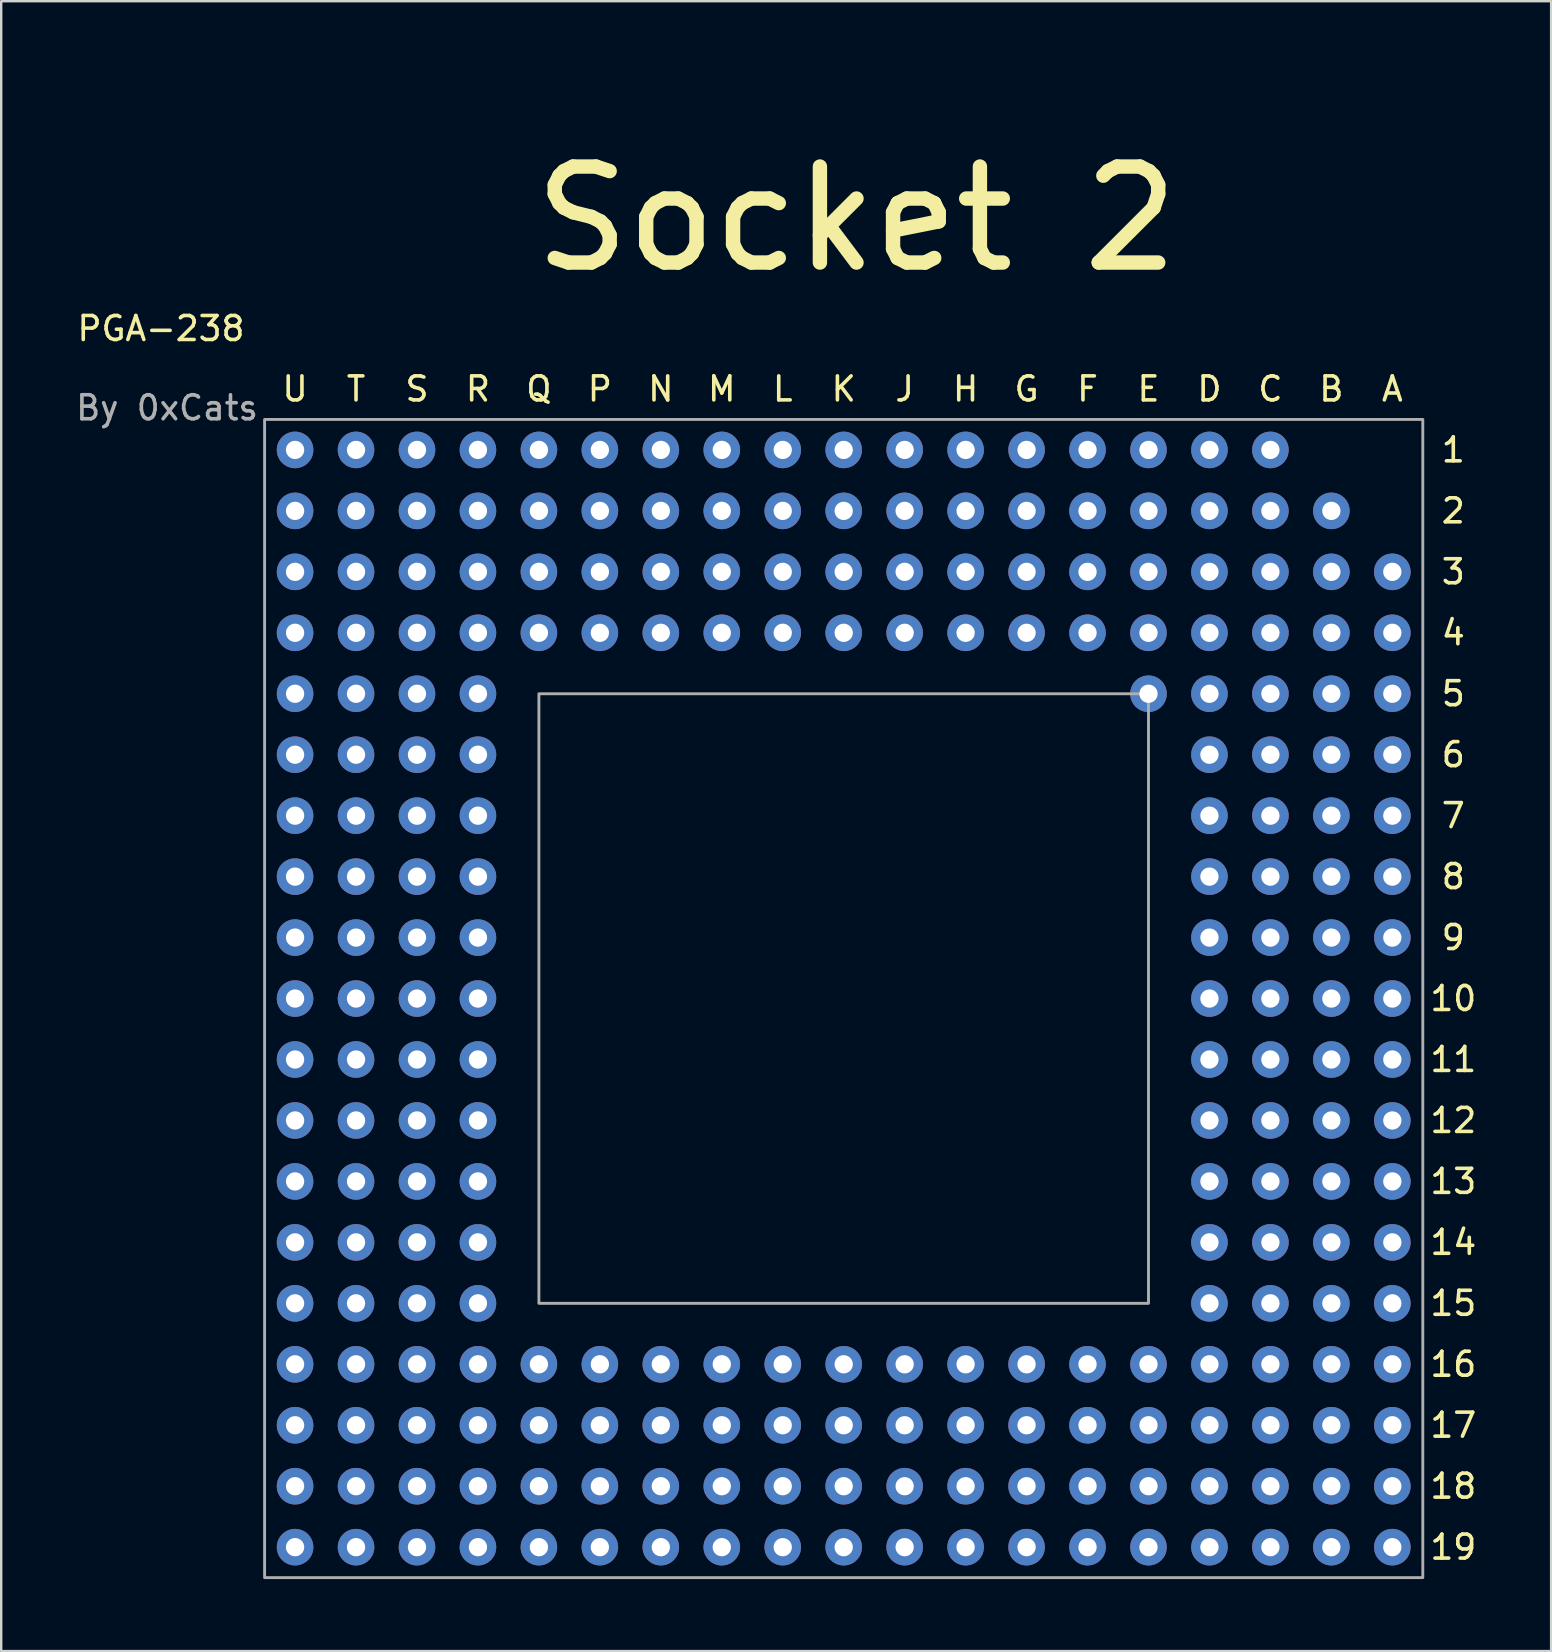
<source format=kicad_pcb>
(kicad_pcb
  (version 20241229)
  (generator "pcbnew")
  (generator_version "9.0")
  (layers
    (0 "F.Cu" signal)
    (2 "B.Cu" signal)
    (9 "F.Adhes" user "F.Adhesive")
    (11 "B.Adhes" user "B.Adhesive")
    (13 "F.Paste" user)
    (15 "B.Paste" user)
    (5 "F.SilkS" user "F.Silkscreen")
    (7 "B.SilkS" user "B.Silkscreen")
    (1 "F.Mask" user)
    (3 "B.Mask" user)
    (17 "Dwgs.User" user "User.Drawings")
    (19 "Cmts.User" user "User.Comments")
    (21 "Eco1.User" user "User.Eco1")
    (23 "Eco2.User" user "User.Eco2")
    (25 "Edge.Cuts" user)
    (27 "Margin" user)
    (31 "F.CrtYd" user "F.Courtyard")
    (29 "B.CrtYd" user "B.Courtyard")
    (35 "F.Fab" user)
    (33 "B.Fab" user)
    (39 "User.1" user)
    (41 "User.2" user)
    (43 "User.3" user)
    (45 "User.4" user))
  (footprint "PGA-238"
    (layer "F.Cu")
    (at 9.245 15.697)
    (property "Reference" "PGA-238" (at -5.588 -5.056 0) (unlocked yes) (layer "F.SilkS") (effects (font (size 1 1) (thickness 0.15))))
    (attr through_hole)
    (fp_rect (start -1.27 -1.27) (end 46.99 46.99) (stroke (width 0.12) (type solid)) (fill no) (layer "F.Fab"))
    (fp_rect (start 10.16 10.16) (end 35.56 35.56) (stroke (width 0.12) (type solid)) (fill no) (layer "F.Fab"))
    (fp_text user "18" (at 48.26 43.18 0) (unlocked yes) (layer "F.SilkS") (effects (font (size 1 1) (thickness 0.15))))
    (fp_text user "E" (at 35.56 -2.54 0) (unlocked yes) (layer "F.SilkS") (effects (font (size 1 1) (thickness 0.15))))
    (fp_text user "R" (at 7.62 -2.54 0) (unlocked yes) (layer "F.SilkS") (effects (font (size 1 1) (thickness 0.15))))
    (fp_text user "S" (at 5.08 -2.54 0) (unlocked yes) (layer "F.SilkS") (effects (font (size 1 1) (thickness 0.15))))
    (fp_text user "D" (at 38.1 -2.54 0) (unlocked yes) (layer "F.SilkS") (effects (font (size 1 1) (thickness 0.15))))
    (fp_text user "16" (at 48.26 38.1 0) (unlocked yes) (layer "F.SilkS") (effects (font (size 1 1) (thickness 0.15))))
    (fp_text user "11" (at 48.26 25.4 0) (unlocked yes) (layer "F.SilkS") (effects (font (size 1 1) (thickness 0.15))))
    (fp_text user "5" (at 48.26 10.16 0) (unlocked yes) (layer "F.SilkS") (effects (font (size 1 1) (thickness 0.15))))
    (fp_text user "2" (at 48.26 2.54 0) (unlocked yes) (layer "F.SilkS") (effects (font (size 1 1) (thickness 0.15))))
    (fp_text user "K" (at 22.86 -2.54 0) (unlocked yes) (layer "F.SilkS") (effects (font (size 1 1) (thickness 0.15))))
    (fp_text user "G" (at 30.48 -2.54 0) (unlocked yes) (layer "F.SilkS") (effects (font (size 1 1) (thickness 0.15))))
    (fp_text user "6" (at 48.26 12.7 0) (unlocked yes) (layer "F.SilkS") (effects (font (size 1 1) (thickness 0.15))))
    (fp_text user "13" (at 48.26 30.48 0) (unlocked yes) (layer "F.SilkS") (effects (font (size 1 1) (thickness 0.15))))
    (fp_text user "19" (at 48.26 45.72 0) (unlocked yes) (layer "F.SilkS") (effects (font (size 1 1) (thickness 0.15))))
    (fp_text user "A" (at 45.72 -2.54 0) (unlocked yes) (layer "F.SilkS") (effects (font (size 1 1) (thickness 0.15))))
    (fp_text user "7" (at 48.26 15.24 0) (unlocked yes) (layer "F.SilkS") (effects (font (size 1 1) (thickness 0.15))))
    (fp_text user "F" (at 33.02 -2.54 0) (unlocked yes) (layer "F.SilkS") (effects (font (size 1 1) (thickness 0.15))))
    (fp_text user "N" (at 15.24 -2.54 0) (unlocked yes) (layer "F.SilkS") (effects (font (size 1 1) (thickness 0.15))))
    (fp_text user "U" (at 0 -2.54 0) (unlocked yes) (layer "F.SilkS") (effects (font (size 1 1) (thickness 0.15))))
    (fp_text user "10" (at 48.26 22.86 0) (unlocked yes) (layer "F.SilkS") (effects (font (size 1 1) (thickness 0.15))))
    (fp_text user "C" (at 40.64 -2.54 0) (unlocked yes) (layer "F.SilkS") (effects (font (size 1 1) (thickness 0.15))))
    (fp_text user "9" (at 48.26 20.32 0) (unlocked yes) (layer "F.SilkS") (effects (font (size 1 1) (thickness 0.15))))
    (fp_text user "H" (at 27.94 -2.54 0) (unlocked yes) (layer "F.SilkS") (effects (font (size 1 1) (thickness 0.15))))
    (fp_text user "Q" (at 10.16 -2.54 0) (unlocked yes) (layer "F.SilkS") (effects (font (size 1 1) (thickness 0.15))))
    (fp_text user "4" (at 48.26 7.62 0) (unlocked yes) (layer "F.SilkS") (effects (font (size 1 1) (thickness 0.15))))
    (fp_text user "17" (at 48.26 40.64 0) (unlocked yes) (layer "F.SilkS") (effects (font (size 1 1) (thickness 0.15))))
    (fp_text user "J" (at 25.4 -2.54 0) (unlocked yes) (layer "F.SilkS") (effects (font (size 1 1) (thickness 0.15))))
    (fp_text user "P" (at 12.7 -2.54 0) (unlocked yes) (layer "F.SilkS") (effects (font (size 1 1) (thickness 0.15))))
    (fp_text user "T" (at 2.54 -2.54 0) (unlocked yes) (layer "F.SilkS") (effects (font (size 1 1) (thickness 0.15))))
    (fp_text user "B" (at 43.18 -2.54 0) (unlocked yes) (layer "F.SilkS") (effects (font (size 1 1) (thickness 0.15))))
    (fp_text user "8" (at 48.26 17.78 0) (unlocked yes) (layer "F.SilkS") (effects (font (size 1 1) (thickness 0.15))))
    (fp_text user "1" (at 48.26 0 0) (unlocked yes) (layer "F.SilkS") (effects (font (size 1 1) (thickness 0.15))))
    (fp_text user "14" (at 48.26 33.02 0) (unlocked yes) (layer "F.SilkS") (effects (font (size 1 1) (thickness 0.15))))
    (fp_text user "L" (at 20.32 -2.54 0) (unlocked yes) (layer "F.SilkS") (effects (font (size 1 1) (thickness 0.15))))
    (fp_text user "15" (at 48.26 35.56 0) (unlocked yes) (layer "F.SilkS") (effects (font (size 1 1) (thickness 0.15))))
    (fp_text user "3" (at 48.26 5.08 0) (unlocked yes) (layer "F.SilkS") (effects (font (size 1 1) (thickness 0.15))))
    (fp_text user "M" (at 17.78 -2.54 0) (unlocked yes) (layer "F.SilkS") (effects (font (size 1 1) (thickness 0.15))))
    (fp_text user "12" (at 48.26 27.94 0) (unlocked yes) (layer "F.SilkS") (effects (font (size 1 1) (thickness 0.15))))
    (fp_text user "Socket 2" (at 23.393 -9.627 180) (layer "F.SilkS") (effects (font (size 4 4) (thickness 0.6))))
    (fp_text user "By 0xCats" (at -5.334 -1.754 0) (unlocked yes) (layer "F.Fab") (effects (font (size 1 1) (thickness 0.15))))
    (pad "A3" thru_hole circle (at 45.72 5.08) (size 1.524 1.524) (drill 0.762) (layers "*.Cu" "*.Mask"))
    (pad "A4" thru_hole circle (at 45.72 7.62) (size 1.524 1.524) (drill 0.762) (layers "*.Cu" "*.Mask"))
    (pad "A5" thru_hole circle (at 45.72 10.16) (size 1.524 1.524) (drill 0.762) (layers "*.Cu" "*.Mask"))
    (pad "A6" thru_hole circle (at 45.72 12.7) (size 1.524 1.524) (drill 0.762) (layers "*.Cu" "*.Mask"))
    (pad "A7" thru_hole circle (at 45.72 15.24) (size 1.524 1.524) (drill 0.762) (layers "*.Cu" "*.Mask"))
    (pad "A8" thru_hole circle (at 45.72 17.78) (size 1.524 1.524) (drill 0.762) (layers "*.Cu" "*.Mask"))
    (pad "A9" thru_hole circle (at 45.72 20.32) (size 1.524 1.524) (drill 0.762) (layers "*.Cu" "*.Mask"))
    (pad "A10" thru_hole circle (at 45.72 22.86) (size 1.524 1.524) (drill 0.762) (layers "*.Cu" "*.Mask"))
    (pad "A11" thru_hole circle (at 45.72 25.4) (size 1.524 1.524) (drill 0.762) (layers "*.Cu" "*.Mask"))
    (pad "A12" thru_hole circle (at 45.72 27.94) (size 1.524 1.524) (drill 0.762) (layers "*.Cu" "*.Mask"))
    (pad "A13" thru_hole circle (at 45.72 30.48) (size 1.524 1.524) (drill 0.762) (layers "*.Cu" "*.Mask"))
    (pad "A14" thru_hole circle (at 45.72 33.02) (size 1.524 1.524) (drill 0.762) (layers "*.Cu" "*.Mask"))
    (pad "A15" thru_hole circle (at 45.72 35.56) (size 1.524 1.524) (drill 0.762) (layers "*.Cu" "*.Mask"))
    (pad "A16" thru_hole circle (at 45.72 38.1) (size 1.524 1.524) (drill 0.762) (layers "*.Cu" "*.Mask"))
    (pad "A17" thru_hole circle (at 45.72 40.64) (size 1.524 1.524) (drill 0.762) (layers "*.Cu" "*.Mask"))
    (pad "A18" thru_hole circle (at 45.72 43.18) (size 1.524 1.524) (drill 0.762) (layers "*.Cu" "*.Mask"))
    (pad "A19" thru_hole circle (at 45.72 45.72) (size 1.524 1.524) (drill 0.762) (layers "*.Cu" "*.Mask"))
    (pad "B2" thru_hole circle (at 43.18 2.54) (size 1.524 1.524) (drill 0.762) (layers "*.Cu" "*.Mask"))
    (pad "B3" thru_hole circle (at 43.18 5.08) (size 1.524 1.524) (drill 0.762) (layers "*.Cu" "*.Mask"))
    (pad "B4" thru_hole circle (at 43.18 7.62) (size 1.524 1.524) (drill 0.762) (layers "*.Cu" "*.Mask"))
    (pad "B5" thru_hole circle (at 43.18 10.16) (size 1.524 1.524) (drill 0.762) (layers "*.Cu" "*.Mask"))
    (pad "B6" thru_hole circle (at 43.18 12.7) (size 1.524 1.524) (drill 0.762) (layers "*.Cu" "*.Mask"))
    (pad "B7" thru_hole circle (at 43.18 15.24) (size 1.524 1.524) (drill 0.762) (layers "*.Cu" "*.Mask"))
    (pad "B8" thru_hole circle (at 43.18 17.78) (size 1.524 1.524) (drill 0.762) (layers "*.Cu" "*.Mask"))
    (pad "B9" thru_hole circle (at 43.18 20.32) (size 1.524 1.524) (drill 0.762) (layers "*.Cu" "*.Mask"))
    (pad "B10" thru_hole circle (at 43.18 22.86) (size 1.524 1.524) (drill 0.762) (layers "*.Cu" "*.Mask"))
    (pad "B11" thru_hole circle (at 43.18 25.4) (size 1.524 1.524) (drill 0.762) (layers "*.Cu" "*.Mask"))
    (pad "B12" thru_hole circle (at 43.18 27.94) (size 1.524 1.524) (drill 0.762) (layers "*.Cu" "*.Mask"))
    (pad "B13" thru_hole circle (at 43.18 30.48) (size 1.524 1.524) (drill 0.762) (layers "*.Cu" "*.Mask"))
    (pad "B14" thru_hole circle (at 43.18 33.02) (size 1.524 1.524) (drill 0.762) (layers "*.Cu" "*.Mask"))
    (pad "B15" thru_hole circle (at 43.18 35.56) (size 1.524 1.524) (drill 0.762) (layers "*.Cu" "*.Mask"))
    (pad "B16" thru_hole circle (at 43.18 38.1) (size 1.524 1.524) (drill 0.762) (layers "*.Cu" "*.Mask"))
    (pad "B17" thru_hole circle (at 43.18 40.64) (size 1.524 1.524) (drill 0.762) (layers "*.Cu" "*.Mask"))
    (pad "B18" thru_hole circle (at 43.18 43.18) (size 1.524 1.524) (drill 0.762) (layers "*.Cu" "*.Mask"))
    (pad "B19" thru_hole circle (at 43.18 45.72) (size 1.524 1.524) (drill 0.762) (layers "*.Cu" "*.Mask"))
    (pad "C1" thru_hole circle (at 40.64 0) (size 1.524 1.524) (drill 0.762) (layers "*.Cu" "*.Mask"))
    (pad "C2" thru_hole circle (at 40.64 2.54) (size 1.524 1.524) (drill 0.762) (layers "*.Cu" "*.Mask"))
    (pad "C3" thru_hole circle (at 40.64 5.08) (size 1.524 1.524) (drill 0.762) (layers "*.Cu" "*.Mask"))
    (pad "C4" thru_hole circle (at 40.64 7.62) (size 1.524 1.524) (drill 0.762) (layers "*.Cu" "*.Mask"))
    (pad "C5" thru_hole circle (at 40.64 10.16) (size 1.524 1.524) (drill 0.762) (layers "*.Cu" "*.Mask"))
    (pad "C6" thru_hole circle (at 40.64 12.7) (size 1.524 1.524) (drill 0.762) (layers "*.Cu" "*.Mask"))
    (pad "C7" thru_hole circle (at 40.64 15.24) (size 1.524 1.524) (drill 0.762) (layers "*.Cu" "*.Mask"))
    (pad "C8" thru_hole circle (at 40.64 17.78) (size 1.524 1.524) (drill 0.762) (layers "*.Cu" "*.Mask"))
    (pad "C9" thru_hole circle (at 40.64 20.32) (size 1.524 1.524) (drill 0.762) (layers "*.Cu" "*.Mask"))
    (pad "C10" thru_hole circle (at 40.64 22.86) (size 1.524 1.524) (drill 0.762) (layers "*.Cu" "*.Mask"))
    (pad "C11" thru_hole circle (at 40.64 25.4) (size 1.524 1.524) (drill 0.762) (layers "*.Cu" "*.Mask"))
    (pad "C12" thru_hole circle (at 40.64 27.94) (size 1.524 1.524) (drill 0.762) (layers "*.Cu" "*.Mask"))
    (pad "C13" thru_hole circle (at 40.64 30.48) (size 1.524 1.524) (drill 0.762) (layers "*.Cu" "*.Mask"))
    (pad "C14" thru_hole circle (at 40.64 33.02) (size 1.524 1.524) (drill 0.762) (layers "*.Cu" "*.Mask"))
    (pad "C15" thru_hole circle (at 40.64 35.56) (size 1.524 1.524) (drill 0.762) (layers "*.Cu" "*.Mask"))
    (pad "C16" thru_hole circle (at 40.64 38.1) (size 1.524 1.524) (drill 0.762) (layers "*.Cu" "*.Mask"))
    (pad "C17" thru_hole circle (at 40.64 40.64) (size 1.524 1.524) (drill 0.762) (layers "*.Cu" "*.Mask"))
    (pad "C18" thru_hole circle (at 40.64 43.18) (size 1.524 1.524) (drill 0.762) (layers "*.Cu" "*.Mask"))
    (pad "C19" thru_hole circle (at 40.64 45.72) (size 1.524 1.524) (drill 0.762) (layers "*.Cu" "*.Mask"))
    (pad "D1" thru_hole circle (at 38.1 0) (size 1.524 1.524) (drill 0.762) (layers "*.Cu" "*.Mask"))
    (pad "D2" thru_hole circle (at 38.1 2.54) (size 1.524 1.524) (drill 0.762) (layers "*.Cu" "*.Mask"))
    (pad "D3" thru_hole circle (at 38.1 5.08) (size 1.524 1.524) (drill 0.762) (layers "*.Cu" "*.Mask"))
    (pad "D4" thru_hole circle (at 38.1 7.62) (size 1.524 1.524) (drill 0.762) (layers "*.Cu" "*.Mask"))
    (pad "D5" thru_hole circle (at 38.1 10.16) (size 1.524 1.524) (drill 0.762) (layers "*.Cu" "*.Mask"))
    (pad "D6" thru_hole circle (at 38.1 12.7) (size 1.524 1.524) (drill 0.762) (layers "*.Cu" "*.Mask"))
    (pad "D7" thru_hole circle (at 38.1 15.24) (size 1.524 1.524) (drill 0.762) (layers "*.Cu" "*.Mask"))
    (pad "D8" thru_hole circle (at 38.1 17.78) (size 1.524 1.524) (drill 0.762) (layers "*.Cu" "*.Mask"))
    (pad "D9" thru_hole circle (at 38.1 20.32) (size 1.524 1.524) (drill 0.762) (layers "*.Cu" "*.Mask"))
    (pad "D10" thru_hole circle (at 38.1 22.86) (size 1.524 1.524) (drill 0.762) (layers "*.Cu" "*.Mask"))
    (pad "D11" thru_hole circle (at 38.1 25.4) (size 1.524 1.524) (drill 0.762) (layers "*.Cu" "*.Mask"))
    (pad "D12" thru_hole circle (at 38.1 27.94) (size 1.524 1.524) (drill 0.762) (layers "*.Cu" "*.Mask"))
    (pad "D13" thru_hole circle (at 38.1 30.48) (size 1.524 1.524) (drill 0.762) (layers "*.Cu" "*.Mask"))
    (pad "D14" thru_hole circle (at 38.1 33.02) (size 1.524 1.524) (drill 0.762) (layers "*.Cu" "*.Mask"))
    (pad "D15" thru_hole circle (at 38.1 35.56) (size 1.524 1.524) (drill 0.762) (layers "*.Cu" "*.Mask"))
    (pad "D16" thru_hole circle (at 38.1 38.1) (size 1.524 1.524) (drill 0.762) (layers "*.Cu" "*.Mask"))
    (pad "D17" thru_hole circle (at 38.1 40.64) (size 1.524 1.524) (drill 0.762) (layers "*.Cu" "*.Mask"))
    (pad "D18" thru_hole circle (at 38.1 43.18) (size 1.524 1.524) (drill 0.762) (layers "*.Cu" "*.Mask"))
    (pad "D19" thru_hole circle (at 38.1 45.72) (size 1.524 1.524) (drill 0.762) (layers "*.Cu" "*.Mask"))
    (pad "E1" thru_hole circle (at 35.56 0) (size 1.524 1.524) (drill 0.762) (layers "*.Cu" "*.Mask"))
    (pad "E2" thru_hole circle (at 35.56 2.54) (size 1.524 1.524) (drill 0.762) (layers "*.Cu" "*.Mask"))
    (pad "E3" thru_hole circle (at 35.56 5.08) (size 1.524 1.524) (drill 0.762) (layers "*.Cu" "*.Mask"))
    (pad "E4" thru_hole circle (at 35.56 7.62) (size 1.524 1.524) (drill 0.762) (layers "*.Cu" "*.Mask"))
    (pad "E5" thru_hole circle (at 35.56 10.16) (size 1.524 1.524) (drill 0.762) (layers "*.Cu" "*.Mask"))
    (pad "E16" thru_hole circle (at 35.56 38.1) (size 1.524 1.524) (drill 0.762) (layers "*.Cu" "*.Mask"))
    (pad "E17" thru_hole circle (at 35.56 40.64) (size 1.524 1.524) (drill 0.762) (layers "*.Cu" "*.Mask"))
    (pad "E18" thru_hole circle (at 35.56 43.18) (size 1.524 1.524) (drill 0.762) (layers "*.Cu" "*.Mask"))
    (pad "E19" thru_hole circle (at 35.56 45.72) (size 1.524 1.524) (drill 0.762) (layers "*.Cu" "*.Mask"))
    (pad "F1" thru_hole circle (at 33.02 0) (size 1.524 1.524) (drill 0.762) (layers "*.Cu" "*.Mask"))
    (pad "F2" thru_hole circle (at 33.02 2.54) (size 1.524 1.524) (drill 0.762) (layers "*.Cu" "*.Mask"))
    (pad "F3" thru_hole circle (at 33.02 5.08) (size 1.524 1.524) (drill 0.762) (layers "*.Cu" "*.Mask"))
    (pad "F4" thru_hole circle (at 33.02 7.62) (size 1.524 1.524) (drill 0.762) (layers "*.Cu" "*.Mask"))
    (pad "F16" thru_hole circle (at 33.02 38.1) (size 1.524 1.524) (drill 0.762) (layers "*.Cu" "*.Mask"))
    (pad "F17" thru_hole circle (at 33.02 40.64) (size 1.524 1.524) (drill 0.762) (layers "*.Cu" "*.Mask"))
    (pad "F18" thru_hole circle (at 33.02 43.18) (size 1.524 1.524) (drill 0.762) (layers "*.Cu" "*.Mask"))
    (pad "F19" thru_hole circle (at 33.02 45.72) (size 1.524 1.524) (drill 0.762) (layers "*.Cu" "*.Mask"))
    (pad "G1" thru_hole circle (at 30.48 0) (size 1.524 1.524) (drill 0.762) (layers "*.Cu" "*.Mask"))
    (pad "G2" thru_hole circle (at 30.48 2.54) (size 1.524 1.524) (drill 0.762) (layers "*.Cu" "*.Mask"))
    (pad "G3" thru_hole circle (at 30.48 5.08) (size 1.524 1.524) (drill 0.762) (layers "*.Cu" "*.Mask"))
    (pad "G4" thru_hole circle (at 30.48 7.62) (size 1.524 1.524) (drill 0.762) (layers "*.Cu" "*.Mask"))
    (pad "G16" thru_hole circle (at 30.48 38.1) (size 1.524 1.524) (drill 0.762) (layers "*.Cu" "*.Mask"))
    (pad "G17" thru_hole circle (at 30.48 40.64) (size 1.524 1.524) (drill 0.762) (layers "*.Cu" "*.Mask"))
    (pad "G18" thru_hole circle (at 30.48 43.18) (size 1.524 1.524) (drill 0.762) (layers "*.Cu" "*.Mask"))
    (pad "G19" thru_hole circle (at 30.48 45.72) (size 1.524 1.524) (drill 0.762) (layers "*.Cu" "*.Mask"))
    (pad "H1" thru_hole circle (at 27.94 0) (size 1.524 1.524) (drill 0.762) (layers "*.Cu" "*.Mask"))
    (pad "H2" thru_hole circle (at 27.94 2.54) (size 1.524 1.524) (drill 0.762) (layers "*.Cu" "*.Mask"))
    (pad "H3" thru_hole circle (at 27.94 5.08) (size 1.524 1.524) (drill 0.762) (layers "*.Cu" "*.Mask"))
    (pad "H4" thru_hole circle (at 27.94 7.62) (size 1.524 1.524) (drill 0.762) (layers "*.Cu" "*.Mask"))
    (pad "H16" thru_hole circle (at 27.94 38.1) (size 1.524 1.524) (drill 0.762) (layers "*.Cu" "*.Mask"))
    (pad "H17" thru_hole circle (at 27.94 40.64) (size 1.524 1.524) (drill 0.762) (layers "*.Cu" "*.Mask"))
    (pad "H18" thru_hole circle (at 27.94 43.18) (size 1.524 1.524) (drill 0.762) (layers "*.Cu" "*.Mask"))
    (pad "H19" thru_hole circle (at 27.94 45.72) (size 1.524 1.524) (drill 0.762) (layers "*.Cu" "*.Mask"))
    (pad "J1" thru_hole circle (at 25.4 0) (size 1.524 1.524) (drill 0.762) (layers "*.Cu" "*.Mask"))
    (pad "J2" thru_hole circle (at 25.4 2.54) (size 1.524 1.524) (drill 0.762) (layers "*.Cu" "*.Mask"))
    (pad "J3" thru_hole circle (at 25.4 5.08) (size 1.524 1.524) (drill 0.762) (layers "*.Cu" "*.Mask"))
    (pad "J4" thru_hole circle (at 25.4 7.62) (size 1.524 1.524) (drill 0.762) (layers "*.Cu" "*.Mask"))
    (pad "J16" thru_hole circle (at 25.4 38.1) (size 1.524 1.524) (drill 0.762) (layers "*.Cu" "*.Mask"))
    (pad "J17" thru_hole circle (at 25.4 40.64) (size 1.524 1.524) (drill 0.762) (layers "*.Cu" "*.Mask"))
    (pad "J18" thru_hole circle (at 25.4 43.18) (size 1.524 1.524) (drill 0.762) (layers "*.Cu" "*.Mask"))
    (pad "J19" thru_hole circle (at 25.4 45.72) (size 1.524 1.524) (drill 0.762) (layers "*.Cu" "*.Mask"))
    (pad "K1" thru_hole circle (at 22.86 0) (size 1.524 1.524) (drill 0.762) (layers "*.Cu" "*.Mask"))
    (pad "K2" thru_hole circle (at 22.86 2.54) (size 1.524 1.524) (drill 0.762) (layers "*.Cu" "*.Mask"))
    (pad "K3" thru_hole circle (at 22.86 5.08) (size 1.524 1.524) (drill 0.762) (layers "*.Cu" "*.Mask"))
    (pad "K4" thru_hole circle (at 22.86 7.62) (size 1.524 1.524) (drill 0.762) (layers "*.Cu" "*.Mask"))
    (pad "K16" thru_hole circle (at 22.86 38.1) (size 1.524 1.524) (drill 0.762) (layers "*.Cu" "*.Mask"))
    (pad "K17" thru_hole circle (at 22.86 40.64) (size 1.524 1.524) (drill 0.762) (layers "*.Cu" "*.Mask"))
    (pad "K18" thru_hole circle (at 22.86 43.18) (size 1.524 1.524) (drill 0.762) (layers "*.Cu" "*.Mask"))
    (pad "K19" thru_hole circle (at 22.86 45.72) (size 1.524 1.524) (drill 0.762) (layers "*.Cu" "*.Mask"))
    (pad "L1" thru_hole circle (at 20.32 0) (size 1.524 1.524) (drill 0.762) (layers "*.Cu" "*.Mask"))
    (pad "L2" thru_hole circle (at 20.32 2.54) (size 1.524 1.524) (drill 0.762) (layers "*.Cu" "*.Mask"))
    (pad "L3" thru_hole circle (at 20.32 5.08) (size 1.524 1.524) (drill 0.762) (layers "*.Cu" "*.Mask"))
    (pad "L4" thru_hole circle (at 20.32 7.62) (size 1.524 1.524) (drill 0.762) (layers "*.Cu" "*.Mask"))
    (pad "L16" thru_hole circle (at 20.32 38.1) (size 1.524 1.524) (drill 0.762) (layers "*.Cu" "*.Mask"))
    (pad "L17" thru_hole circle (at 20.32 40.64) (size 1.524 1.524) (drill 0.762) (layers "*.Cu" "*.Mask"))
    (pad "L18" thru_hole circle (at 20.32 43.18) (size 1.524 1.524) (drill 0.762) (layers "*.Cu" "*.Mask"))
    (pad "L19" thru_hole circle (at 20.32 45.72) (size 1.524 1.524) (drill 0.762) (layers "*.Cu" "*.Mask"))
    (pad "M1" thru_hole circle (at 17.78 0) (size 1.524 1.524) (drill 0.762) (layers "*.Cu" "*.Mask"))
    (pad "M2" thru_hole circle (at 17.78 2.54) (size 1.524 1.524) (drill 0.762) (layers "*.Cu" "*.Mask"))
    (pad "M3" thru_hole circle (at 17.78 5.08) (size 1.524 1.524) (drill 0.762) (layers "*.Cu" "*.Mask"))
    (pad "M4" thru_hole circle (at 17.78 7.62) (size 1.524 1.524) (drill 0.762) (layers "*.Cu" "*.Mask"))
    (pad "M16" thru_hole circle (at 17.78 38.1) (size 1.524 1.524) (drill 0.762) (layers "*.Cu" "*.Mask"))
    (pad "M17" thru_hole circle (at 17.78 40.64) (size 1.524 1.524) (drill 0.762) (layers "*.Cu" "*.Mask"))
    (pad "M18" thru_hole circle (at 17.78 43.18) (size 1.524 1.524) (drill 0.762) (layers "*.Cu" "*.Mask"))
    (pad "M19" thru_hole circle (at 17.78 45.72) (size 1.524 1.524) (drill 0.762) (layers "*.Cu" "*.Mask"))
    (pad "N1" thru_hole circle (at 15.24 0) (size 1.524 1.524) (drill 0.762) (layers "*.Cu" "*.Mask"))
    (pad "N2" thru_hole circle (at 15.24 2.54) (size 1.524 1.524) (drill 0.762) (layers "*.Cu" "*.Mask"))
    (pad "N3" thru_hole circle (at 15.24 5.08) (size 1.524 1.524) (drill 0.762) (layers "*.Cu" "*.Mask"))
    (pad "N4" thru_hole circle (at 15.24 7.62) (size 1.524 1.524) (drill 0.762) (layers "*.Cu" "*.Mask"))
    (pad "N16" thru_hole circle (at 15.24 38.1) (size 1.524 1.524) (drill 0.762) (layers "*.Cu" "*.Mask"))
    (pad "N17" thru_hole circle (at 15.24 40.64) (size 1.524 1.524) (drill 0.762) (layers "*.Cu" "*.Mask"))
    (pad "N18" thru_hole circle (at 15.24 43.18) (size 1.524 1.524) (drill 0.762) (layers "*.Cu" "*.Mask"))
    (pad "N19" thru_hole circle (at 15.24 45.72) (size 1.524 1.524) (drill 0.762) (layers "*.Cu" "*.Mask"))
    (pad "P1" thru_hole circle (at 12.7 0) (size 1.524 1.524) (drill 0.762) (layers "*.Cu" "*.Mask"))
    (pad "P2" thru_hole circle (at 12.7 2.54) (size 1.524 1.524) (drill 0.762) (layers "*.Cu" "*.Mask"))
    (pad "P3" thru_hole circle (at 12.7 5.08) (size 1.524 1.524) (drill 0.762) (layers "*.Cu" "*.Mask"))
    (pad "P4" thru_hole circle (at 12.7 7.62) (size 1.524 1.524) (drill 0.762) (layers "*.Cu" "*.Mask"))
    (pad "P16" thru_hole circle (at 12.7 38.1) (size 1.524 1.524) (drill 0.762) (layers "*.Cu" "*.Mask"))
    (pad "P17" thru_hole circle (at 12.7 40.64) (size 1.524 1.524) (drill 0.762) (layers "*.Cu" "*.Mask"))
    (pad "P18" thru_hole circle (at 12.7 43.18) (size 1.524 1.524) (drill 0.762) (layers "*.Cu" "*.Mask"))
    (pad "P19" thru_hole circle (at 12.7 45.72) (size 1.524 1.524) (drill 0.762) (layers "*.Cu" "*.Mask"))
    (pad "Q1" thru_hole circle (at 10.16 0) (size 1.524 1.524) (drill 0.762) (layers "*.Cu" "*.Mask"))
    (pad "Q2" thru_hole circle (at 10.16 2.54) (size 1.524 1.524) (drill 0.762) (layers "*.Cu" "*.Mask"))
    (pad "Q3" thru_hole circle (at 10.16 5.08) (size 1.524 1.524) (drill 0.762) (layers "*.Cu" "*.Mask"))
    (pad "Q4" thru_hole circle (at 10.16 7.62) (size 1.524 1.524) (drill 0.762) (layers "*.Cu" "*.Mask"))
    (pad "Q16" thru_hole circle (at 10.16 38.1) (size 1.524 1.524) (drill 0.762) (layers "*.Cu" "*.Mask"))
    (pad "Q17" thru_hole circle (at 10.16 40.64) (size 1.524 1.524) (drill 0.762) (layers "*.Cu" "*.Mask"))
    (pad "Q18" thru_hole circle (at 10.16 43.18) (size 1.524 1.524) (drill 0.762) (layers "*.Cu" "*.Mask"))
    (pad "Q19" thru_hole circle (at 10.16 45.72) (size 1.524 1.524) (drill 0.762) (layers "*.Cu" "*.Mask"))
    (pad "R1" thru_hole circle (at 7.62 0) (size 1.524 1.524) (drill 0.762) (layers "*.Cu" "*.Mask"))
    (pad "R2" thru_hole circle (at 7.62 2.54) (size 1.524 1.524) (drill 0.762) (layers "*.Cu" "*.Mask"))
    (pad "R3" thru_hole circle (at 7.62 5.08) (size 1.524 1.524) (drill 0.762) (layers "*.Cu" "*.Mask"))
    (pad "R4" thru_hole circle (at 7.62 7.62) (size 1.524 1.524) (drill 0.762) (layers "*.Cu" "*.Mask"))
    (pad "R5" thru_hole circle (at 7.62 10.16) (size 1.524 1.524) (drill 0.762) (layers "*.Cu" "*.Mask"))
    (pad "R6" thru_hole circle (at 7.62 12.7) (size 1.524 1.524) (drill 0.762) (layers "*.Cu" "*.Mask"))
    (pad "R7" thru_hole circle (at 7.62 15.24) (size 1.524 1.524) (drill 0.762) (layers "*.Cu" "*.Mask"))
    (pad "R8" thru_hole circle (at 7.62 17.78) (size 1.524 1.524) (drill 0.762) (layers "*.Cu" "*.Mask"))
    (pad "R9" thru_hole circle (at 7.62 20.32) (size 1.524 1.524) (drill 0.762) (layers "*.Cu" "*.Mask"))
    (pad "R10" thru_hole circle (at 7.62 22.86) (size 1.524 1.524) (drill 0.762) (layers "*.Cu" "*.Mask"))
    (pad "R11" thru_hole circle (at 7.62 25.4) (size 1.524 1.524) (drill 0.762) (layers "*.Cu" "*.Mask"))
    (pad "R12" thru_hole circle (at 7.62 27.94) (size 1.524 1.524) (drill 0.762) (layers "*.Cu" "*.Mask"))
    (pad "R13" thru_hole circle (at 7.62 30.48) (size 1.524 1.524) (drill 0.762) (layers "*.Cu" "*.Mask"))
    (pad "R14" thru_hole circle (at 7.62 33.02) (size 1.524 1.524) (drill 0.762) (layers "*.Cu" "*.Mask"))
    (pad "R15" thru_hole circle (at 7.62 35.56) (size 1.524 1.524) (drill 0.762) (layers "*.Cu" "*.Mask"))
    (pad "R16" thru_hole circle (at 7.62 38.1) (size 1.524 1.524) (drill 0.762) (layers "*.Cu" "*.Mask"))
    (pad "R17" thru_hole circle (at 7.62 40.64) (size 1.524 1.524) (drill 0.762) (layers "*.Cu" "*.Mask"))
    (pad "R18" thru_hole circle (at 7.62 43.18) (size 1.524 1.524) (drill 0.762) (layers "*.Cu" "*.Mask"))
    (pad "R19" thru_hole circle (at 7.62 45.72) (size 1.524 1.524) (drill 0.762) (layers "*.Cu" "*.Mask"))
    (pad "S1" thru_hole circle (at 5.08 0) (size 1.524 1.524) (drill 0.762) (layers "*.Cu" "*.Mask"))
    (pad "S2" thru_hole circle (at 5.08 2.54) (size 1.524 1.524) (drill 0.762) (layers "*.Cu" "*.Mask"))
    (pad "S3" thru_hole circle (at 5.08 5.08) (size 1.524 1.524) (drill 0.762) (layers "*.Cu" "*.Mask"))
    (pad "S4" thru_hole circle (at 5.08 7.62) (size 1.524 1.524) (drill 0.762) (layers "*.Cu" "*.Mask"))
    (pad "S5" thru_hole circle (at 5.08 10.16) (size 1.524 1.524) (drill 0.762) (layers "*.Cu" "*.Mask"))
    (pad "S6" thru_hole circle (at 5.08 12.7) (size 1.524 1.524) (drill 0.762) (layers "*.Cu" "*.Mask"))
    (pad "S7" thru_hole circle (at 5.08 15.24) (size 1.524 1.524) (drill 0.762) (layers "*.Cu" "*.Mask"))
    (pad "S8" thru_hole circle (at 5.08 17.78) (size 1.524 1.524) (drill 0.762) (layers "*.Cu" "*.Mask"))
    (pad "S9" thru_hole circle (at 5.08 20.32) (size 1.524 1.524) (drill 0.762) (layers "*.Cu" "*.Mask"))
    (pad "S10" thru_hole circle (at 5.08 22.86) (size 1.524 1.524) (drill 0.762) (layers "*.Cu" "*.Mask"))
    (pad "S11" thru_hole circle (at 5.08 25.4) (size 1.524 1.524) (drill 0.762) (layers "*.Cu" "*.Mask"))
    (pad "S12" thru_hole circle (at 5.08 27.94) (size 1.524 1.524) (drill 0.762) (layers "*.Cu" "*.Mask"))
    (pad "S13" thru_hole circle (at 5.08 30.48) (size 1.524 1.524) (drill 0.762) (layers "*.Cu" "*.Mask"))
    (pad "S14" thru_hole circle (at 5.08 33.02) (size 1.524 1.524) (drill 0.762) (layers "*.Cu" "*.Mask"))
    (pad "S15" thru_hole circle (at 5.08 35.56) (size 1.524 1.524) (drill 0.762) (layers "*.Cu" "*.Mask"))
    (pad "S16" thru_hole circle (at 5.08 38.1) (size 1.524 1.524) (drill 0.762) (layers "*.Cu" "*.Mask"))
    (pad "S17" thru_hole circle (at 5.08 40.64) (size 1.524 1.524) (drill 0.762) (layers "*.Cu" "*.Mask"))
    (pad "S18" thru_hole circle (at 5.08 43.18) (size 1.524 1.524) (drill 0.762) (layers "*.Cu" "*.Mask"))
    (pad "S19" thru_hole circle (at 5.08 45.72) (size 1.524 1.524) (drill 0.762) (layers "*.Cu" "*.Mask"))
    (pad "T1" thru_hole circle (at 2.54 0) (size 1.524 1.524) (drill 0.762) (layers "*.Cu" "*.Mask"))
    (pad "T2" thru_hole circle (at 2.54 2.54) (size 1.524 1.524) (drill 0.762) (layers "*.Cu" "*.Mask"))
    (pad "T3" thru_hole circle (at 2.54 5.08) (size 1.524 1.524) (drill 0.762) (layers "*.Cu" "*.Mask"))
    (pad "T4" thru_hole circle (at 2.54 7.62) (size 1.524 1.524) (drill 0.762) (layers "*.Cu" "*.Mask"))
    (pad "T5" thru_hole circle (at 2.54 10.16) (size 1.524 1.524) (drill 0.762) (layers "*.Cu" "*.Mask"))
    (pad "T6" thru_hole circle (at 2.54 12.7) (size 1.524 1.524) (drill 0.762) (layers "*.Cu" "*.Mask"))
    (pad "T7" thru_hole circle (at 2.54 15.24) (size 1.524 1.524) (drill 0.762) (layers "*.Cu" "*.Mask"))
    (pad "T8" thru_hole circle (at 2.54 17.78) (size 1.524 1.524) (drill 0.762) (layers "*.Cu" "*.Mask"))
    (pad "T9" thru_hole circle (at 2.54 20.32) (size 1.524 1.524) (drill 0.762) (layers "*.Cu" "*.Mask"))
    (pad "T10" thru_hole circle (at 2.54 22.86) (size 1.524 1.524) (drill 0.762) (layers "*.Cu" "*.Mask"))
    (pad "T11" thru_hole circle (at 2.54 25.4) (size 1.524 1.524) (drill 0.762) (layers "*.Cu" "*.Mask"))
    (pad "T12" thru_hole circle (at 2.54 27.94) (size 1.524 1.524) (drill 0.762) (layers "*.Cu" "*.Mask"))
    (pad "T13" thru_hole circle (at 2.54 30.48) (size 1.524 1.524) (drill 0.762) (layers "*.Cu" "*.Mask"))
    (pad "T14" thru_hole circle (at 2.54 33.02) (size 1.524 1.524) (drill 0.762) (layers "*.Cu" "*.Mask"))
    (pad "T15" thru_hole circle (at 2.54 35.56) (size 1.524 1.524) (drill 0.762) (layers "*.Cu" "*.Mask"))
    (pad "T16" thru_hole circle (at 2.54 38.1) (size 1.524 1.524) (drill 0.762) (layers "*.Cu" "*.Mask"))
    (pad "T17" thru_hole circle (at 2.54 40.64) (size 1.524 1.524) (drill 0.762) (layers "*.Cu" "*.Mask"))
    (pad "T18" thru_hole circle (at 2.54 43.18) (size 1.524 1.524) (drill 0.762) (layers "*.Cu" "*.Mask"))
    (pad "T19" thru_hole circle (at 2.54 45.72) (size 1.524 1.524) (drill 0.762) (layers "*.Cu" "*.Mask"))
    (pad "U1" thru_hole circle (at 0 0) (size 1.524 1.524) (drill 0.762) (layers "*.Cu" "*.Mask"))
    (pad "U2" thru_hole circle (at 0 2.54) (size 1.524 1.524) (drill 0.762) (layers "*.Cu" "*.Mask"))
    (pad "U3" thru_hole circle (at 0 5.08) (size 1.524 1.524) (drill 0.762) (layers "*.Cu" "*.Mask"))
    (pad "U4" thru_hole circle (at 0 7.62) (size 1.524 1.524) (drill 0.762) (layers "*.Cu" "*.Mask"))
    (pad "U5" thru_hole circle (at 0 10.16) (size 1.524 1.524) (drill 0.762) (layers "*.Cu" "*.Mask"))
    (pad "U6" thru_hole circle (at 0 12.7) (size 1.524 1.524) (drill 0.762) (layers "*.Cu" "*.Mask"))
    (pad "U7" thru_hole circle (at 0 15.24) (size 1.524 1.524) (drill 0.762) (layers "*.Cu" "*.Mask"))
    (pad "U8" thru_hole circle (at 0 17.78) (size 1.524 1.524) (drill 0.762) (layers "*.Cu" "*.Mask"))
    (pad "U9" thru_hole circle (at 0 20.32) (size 1.524 1.524) (drill 0.762) (layers "*.Cu" "*.Mask"))
    (pad "U10" thru_hole circle (at 0 22.86) (size 1.524 1.524) (drill 0.762) (layers "*.Cu" "*.Mask"))
    (pad "U11" thru_hole circle (at 0 25.4) (size 1.524 1.524) (drill 0.762) (layers "*.Cu" "*.Mask"))
    (pad "U12" thru_hole circle (at 0 27.94) (size 1.524 1.524) (drill 0.762) (layers "*.Cu" "*.Mask"))
    (pad "U13" thru_hole circle (at 0 30.48) (size 1.524 1.524) (drill 0.762) (layers "*.Cu" "*.Mask"))
    (pad "U14" thru_hole circle (at 0 33.02) (size 1.524 1.524) (drill 0.762) (layers "*.Cu" "*.Mask"))
    (pad "U15" thru_hole circle (at 0 35.56) (size 1.524 1.524) (drill 0.762) (layers "*.Cu" "*.Mask"))
    (pad "U16" thru_hole circle (at 0 38.1) (size 1.524 1.524) (drill 0.762) (layers "*.Cu" "*.Mask"))
    (pad "U17" thru_hole circle (at 0 40.64) (size 1.524 1.524) (drill 0.762) (layers "*.Cu" "*.Mask"))
    (pad "U18" thru_hole circle (at 0 43.18) (size 1.524 1.524) (drill 0.762) (layers "*.Cu" "*.Mask"))
    (pad "U19" thru_hole circle (at 0 45.72) (size 1.524 1.524) (drill 0.762) (layers "*.Cu" "*.Mask"))
    (zone (net_name "") (layer "F.Cu") (hatch full 0.508) (connect_pads) (min_thickness 0.254) (filled_areas_thickness no) (keepout (tracks allowed) (vias allowed) (pads not_allowed) (copperpour allowed) (footprints not_allowed)) (placement (enabled no)) (fill) (polygon (pts (xy 7.975 0) (xy 56.235 0) (xy 56.235 62.687) (xy 7.975 62.687))) (polygon (pts (xy 44.805 28.397) (xy 42.265 25.857) (xy 19.405 25.857) (xy 19.405 51.257) (xy 44.805 51.257)))))
  (gr_rect
    (start -3 -3)
    (end 61.582 65.747)
    (stroke (width 0.1) (type default))
    (fill no)
    (layer "Edge.Cuts")))
</source>
